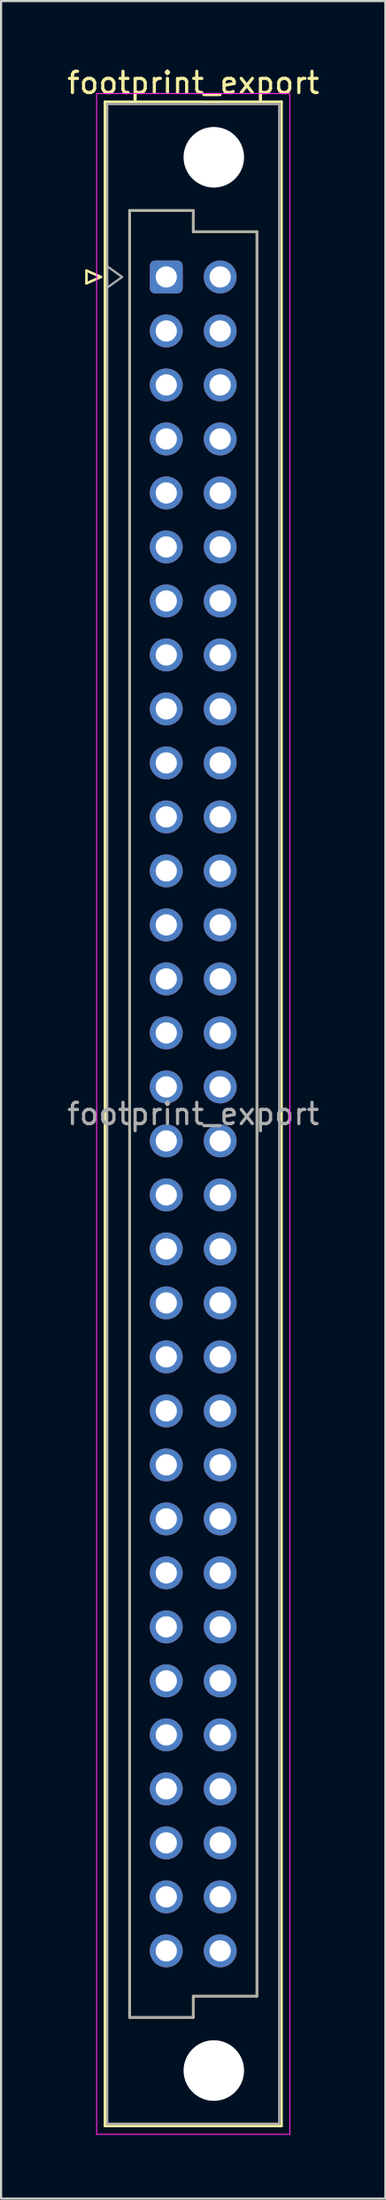
<source format=kicad_pcb>
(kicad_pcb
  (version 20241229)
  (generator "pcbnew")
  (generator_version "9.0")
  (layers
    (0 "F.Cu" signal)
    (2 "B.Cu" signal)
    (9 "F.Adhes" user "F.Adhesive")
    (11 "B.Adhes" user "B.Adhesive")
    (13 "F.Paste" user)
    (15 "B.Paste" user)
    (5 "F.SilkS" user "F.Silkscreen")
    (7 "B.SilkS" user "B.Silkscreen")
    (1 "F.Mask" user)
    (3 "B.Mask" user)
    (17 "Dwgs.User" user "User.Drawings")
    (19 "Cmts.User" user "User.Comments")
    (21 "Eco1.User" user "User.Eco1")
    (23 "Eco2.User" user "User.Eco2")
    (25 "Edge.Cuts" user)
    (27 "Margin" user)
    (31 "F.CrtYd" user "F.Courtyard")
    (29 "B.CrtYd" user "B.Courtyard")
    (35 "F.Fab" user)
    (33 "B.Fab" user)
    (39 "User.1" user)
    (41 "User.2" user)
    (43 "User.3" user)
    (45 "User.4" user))
  (footprint "footprint_export"
    (layer "F.Cu")
    (at 4.784 9.978)
    (property "Reference" "footprint_export" (at 1.27 -9.13 0) (layer "F.SilkS") (effects (font (size 1 1) (thickness 0.15))))
    (attr through_hole)
    (fp_line (start -3.76 -0.3) (end -3.76 0.3) (stroke (width 0.12) (type solid)) (layer "F.SilkS"))
    (fp_line (start -3.76 0.3) (end -3.08 0) (stroke (width 0.12) (type solid)) (layer "F.SilkS"))
    (fp_line (start -3.08 0) (end -3.76 -0.3) (stroke (width 0.12) (type solid)) (layer "F.SilkS"))
    (fp_line (start -2.89 -8.24) (end 5.43 -8.24) (stroke (width 0.12) (type solid)) (layer "F.SilkS"))
    (fp_line (start -2.89 86.98) (end -2.89 -8.24) (stroke (width 0.12) (type solid)) (layer "F.SilkS"))
    (fp_line (start -1.73 -3.131) (end 1.27 -3.131) (stroke (width 0.12) (type solid)) (layer "F.SilkS"))
    (fp_line (start -1.73 81.87) (end -1.73 -3.131) (stroke (width 0.12) (type solid)) (layer "F.SilkS"))
    (fp_line (start 1.27 -3.131) (end 1.27 -2.131) (stroke (width 0.12) (type solid)) (layer "F.SilkS"))
    (fp_line (start 1.27 -2.131) (end 4.27 -2.131) (stroke (width 0.12) (type solid)) (layer "F.SilkS"))
    (fp_line (start 1.27 80.87) (end 1.27 81.87) (stroke (width 0.12) (type solid)) (layer "F.SilkS"))
    (fp_line (start 1.27 81.87) (end -1.73 81.87) (stroke (width 0.12) (type solid)) (layer "F.SilkS"))
    (fp_line (start 4.27 -2.131) (end 4.27 80.87) (stroke (width 0.12) (type solid)) (layer "F.SilkS"))
    (fp_line (start 4.27 80.87) (end 1.27 80.87) (stroke (width 0.12) (type solid)) (layer "F.SilkS"))
    (fp_line (start 5.43 -8.24) (end 5.43 86.98) (stroke (width 0.12) (type solid)) (layer "F.SilkS"))
    (fp_line (start 5.43 86.98) (end -2.89 86.98) (stroke (width 0.12) (type solid)) (layer "F.SilkS"))
    (fp_line (start -3.28 -8.63) (end 5.82 -8.63) (stroke (width 0.05) (type solid)) (layer "F.CrtYd"))
    (fp_line (start -3.28 87.37) (end -3.28 -8.63) (stroke (width 0.05) (type solid)) (layer "F.CrtYd"))
    (fp_line (start 5.82 -8.63) (end 5.82 87.37) (stroke (width 0.05) (type solid)) (layer "F.CrtYd"))
    (fp_line (start 5.82 87.37) (end -3.28 87.37) (stroke (width 0.05) (type solid)) (layer "F.CrtYd"))
    (fp_line (start -2.78 -8.13) (end 5.32 -8.13) (stroke (width 0.1) (type solid)) (layer "F.Fab"))
    (fp_line (start -2.78 -0.5) (end -2.08 0) (stroke (width 0.1) (type solid)) (layer "F.Fab"))
    (fp_line (start -2.78 86.87) (end -2.78 -8.13) (stroke (width 0.1) (type solid)) (layer "F.Fab"))
    (fp_line (start -2.08 0) (end -2.78 0.5) (stroke (width 0.1) (type solid)) (layer "F.Fab"))
    (fp_line (start -1.73 -3.13) (end 1.27 -3.13) (stroke (width 0.1) (type solid)) (layer "F.Fab"))
    (fp_line (start -1.73 81.87) (end -1.73 -3.13) (stroke (width 0.1) (type solid)) (layer "F.Fab"))
    (fp_line (start 1.27 -3.13) (end 1.27 -2.13) (stroke (width 0.1) (type solid)) (layer "F.Fab"))
    (fp_line (start 1.27 -2.13) (end 4.27 -2.13) (stroke (width 0.1) (type solid)) (layer "F.Fab"))
    (fp_line (start 1.27 80.87) (end 1.27 81.87) (stroke (width 0.1) (type solid)) (layer "F.Fab"))
    (fp_line (start 1.27 81.87) (end -1.73 81.87) (stroke (width 0.1) (type solid)) (layer "F.Fab"))
    (fp_line (start 4.27 -2.13) (end 4.27 80.87) (stroke (width 0.1) (type solid)) (layer "F.Fab"))
    (fp_line (start 4.27 80.87) (end 1.27 80.87) (stroke (width 0.1) (type solid)) (layer "F.Fab"))
    (fp_line (start 5.32 -8.13) (end 5.32 86.87) (stroke (width 0.1) (type solid)) (layer "F.Fab"))
    (fp_line (start 5.32 86.87) (end -2.78 86.87) (stroke (width 0.1) (type solid)) (layer "F.Fab"))
    (fp_text user "${REFERENCE}" (at 1.27 39.37 0) (layer "F.Fab") (effects (font (size 1 1) (thickness 0.15))))
    (pad "" np_thru_hole circle (at 2.24 -5.63) (size 2.85 2.85) (drill 2.85) (layers "*.Cu" "*.Mask"))
    (pad "" np_thru_hole circle (at 2.24 84.37) (size 2.85 2.85) (drill 2.85) (layers "*.Cu" "*.Mask"))
    (pad "a1" thru_hole roundrect (at 0 0) (size 1.55 1.55) (drill 1) (layers "*.Cu" "*.Mask") (roundrect_rratio 0.161))
    (pad "a2" thru_hole circle (at 0 2.54) (size 1.55 1.55) (drill 1) (layers "*.Cu" "*.Mask"))
    (pad "a3" thru_hole circle (at 0 5.08) (size 1.55 1.55) (drill 1) (layers "*.Cu" "*.Mask"))
    (pad "a4" thru_hole circle (at 0 7.62) (size 1.55 1.55) (drill 1) (layers "*.Cu" "*.Mask"))
    (pad "a5" thru_hole circle (at 0 10.16) (size 1.55 1.55) (drill 1) (layers "*.Cu" "*.Mask"))
    (pad "a6" thru_hole circle (at 0 12.7) (size 1.55 1.55) (drill 1) (layers "*.Cu" "*.Mask"))
    (pad "a7" thru_hole circle (at 0 15.24) (size 1.55 1.55) (drill 1) (layers "*.Cu" "*.Mask"))
    (pad "a8" thru_hole circle (at 0 17.78) (size 1.55 1.55) (drill 1) (layers "*.Cu" "*.Mask"))
    (pad "a9" thru_hole circle (at 0 20.32) (size 1.55 1.55) (drill 1) (layers "*.Cu" "*.Mask"))
    (pad "a10" thru_hole circle (at 0 22.86) (size 1.55 1.55) (drill 1) (layers "*.Cu" "*.Mask"))
    (pad "a11" thru_hole circle (at 0 25.4) (size 1.55 1.55) (drill 1) (layers "*.Cu" "*.Mask"))
    (pad "a12" thru_hole circle (at 0 27.94) (size 1.55 1.55) (drill 1) (layers "*.Cu" "*.Mask"))
    (pad "a13" thru_hole circle (at 0 30.48) (size 1.55 1.55) (drill 1) (layers "*.Cu" "*.Mask"))
    (pad "a14" thru_hole circle (at 0 33.02) (size 1.55 1.55) (drill 1) (layers "*.Cu" "*.Mask"))
    (pad "a15" thru_hole circle (at 0 35.56) (size 1.55 1.55) (drill 1) (layers "*.Cu" "*.Mask"))
    (pad "a16" thru_hole circle (at 0 38.1) (size 1.55 1.55) (drill 1) (layers "*.Cu" "*.Mask"))
    (pad "a17" thru_hole circle (at 0 40.64) (size 1.55 1.55) (drill 1) (layers "*.Cu" "*.Mask"))
    (pad "a18" thru_hole circle (at 0 43.18) (size 1.55 1.55) (drill 1) (layers "*.Cu" "*.Mask"))
    (pad "a19" thru_hole circle (at 0 45.72) (size 1.55 1.55) (drill 1) (layers "*.Cu" "*.Mask"))
    (pad "a20" thru_hole circle (at 0 48.26) (size 1.55 1.55) (drill 1) (layers "*.Cu" "*.Mask"))
    (pad "a21" thru_hole circle (at 0 50.8) (size 1.55 1.55) (drill 1) (layers "*.Cu" "*.Mask"))
    (pad "a22" thru_hole circle (at 0 53.34) (size 1.55 1.55) (drill 1) (layers "*.Cu" "*.Mask"))
    (pad "a23" thru_hole circle (at 0 55.88) (size 1.55 1.55) (drill 1) (layers "*.Cu" "*.Mask"))
    (pad "a24" thru_hole circle (at 0 58.42) (size 1.55 1.55) (drill 1) (layers "*.Cu" "*.Mask"))
    (pad "a25" thru_hole circle (at 0 60.96) (size 1.55 1.55) (drill 1) (layers "*.Cu" "*.Mask"))
    (pad "a26" thru_hole circle (at 0 63.5) (size 1.55 1.55) (drill 1) (layers "*.Cu" "*.Mask"))
    (pad "a27" thru_hole circle (at 0 66.04) (size 1.55 1.55) (drill 1) (layers "*.Cu" "*.Mask"))
    (pad "a28" thru_hole circle (at 0 68.58) (size 1.55 1.55) (drill 1) (layers "*.Cu" "*.Mask"))
    (pad "a29" thru_hole circle (at 0 71.12) (size 1.55 1.55) (drill 1) (layers "*.Cu" "*.Mask"))
    (pad "a30" thru_hole circle (at 0 73.66) (size 1.55 1.55) (drill 1) (layers "*.Cu" "*.Mask"))
    (pad "a31" thru_hole circle (at 0 76.2) (size 1.55 1.55) (drill 1) (layers "*.Cu" "*.Mask"))
    (pad "a32" thru_hole circle (at 0 78.74) (size 1.55 1.55) (drill 1) (layers "*.Cu" "*.Mask"))
    (pad "b1" thru_hole circle (at 2.54 0) (size 1.55 1.55) (drill 1) (layers "*.Cu" "*.Mask"))
    (pad "b2" thru_hole circle (at 2.54 2.54) (size 1.55 1.55) (drill 1) (layers "*.Cu" "*.Mask"))
    (pad "b3" thru_hole circle (at 2.54 5.08) (size 1.55 1.55) (drill 1) (layers "*.Cu" "*.Mask"))
    (pad "b4" thru_hole circle (at 2.54 7.62) (size 1.55 1.55) (drill 1) (layers "*.Cu" "*.Mask"))
    (pad "b5" thru_hole circle (at 2.54 10.16) (size 1.55 1.55) (drill 1) (layers "*.Cu" "*.Mask"))
    (pad "b6" thru_hole circle (at 2.54 12.7) (size 1.55 1.55) (drill 1) (layers "*.Cu" "*.Mask"))
    (pad "b7" thru_hole circle (at 2.54 15.24) (size 1.55 1.55) (drill 1) (layers "*.Cu" "*.Mask"))
    (pad "b8" thru_hole circle (at 2.54 17.78) (size 1.55 1.55) (drill 1) (layers "*.Cu" "*.Mask"))
    (pad "b9" thru_hole circle (at 2.54 20.32) (size 1.55 1.55) (drill 1) (layers "*.Cu" "*.Mask"))
    (pad "b10" thru_hole circle (at 2.54 22.86) (size 1.55 1.55) (drill 1) (layers "*.Cu" "*.Mask"))
    (pad "b11" thru_hole circle (at 2.54 25.4) (size 1.55 1.55) (drill 1) (layers "*.Cu" "*.Mask"))
    (pad "b12" thru_hole circle (at 2.54 27.94) (size 1.55 1.55) (drill 1) (layers "*.Cu" "*.Mask"))
    (pad "b13" thru_hole circle (at 2.54 30.48) (size 1.55 1.55) (drill 1) (layers "*.Cu" "*.Mask"))
    (pad "b14" thru_hole circle (at 2.54 33.02) (size 1.55 1.55) (drill 1) (layers "*.Cu" "*.Mask"))
    (pad "b15" thru_hole circle (at 2.54 35.56) (size 1.55 1.55) (drill 1) (layers "*.Cu" "*.Mask"))
    (pad "b16" thru_hole circle (at 2.54 38.1) (size 1.55 1.55) (drill 1) (layers "*.Cu" "*.Mask"))
    (pad "b17" thru_hole circle (at 2.54 40.64) (size 1.55 1.55) (drill 1) (layers "*.Cu" "*.Mask"))
    (pad "b18" thru_hole circle (at 2.54 43.18) (size 1.55 1.55) (drill 1) (layers "*.Cu" "*.Mask"))
    (pad "b19" thru_hole circle (at 2.54 45.72) (size 1.55 1.55) (drill 1) (layers "*.Cu" "*.Mask"))
    (pad "b20" thru_hole circle (at 2.54 48.26) (size 1.55 1.55) (drill 1) (layers "*.Cu" "*.Mask"))
    (pad "b21" thru_hole circle (at 2.54 50.8) (size 1.55 1.55) (drill 1) (layers "*.Cu" "*.Mask"))
    (pad "b22" thru_hole circle (at 2.54 53.34) (size 1.55 1.55) (drill 1) (layers "*.Cu" "*.Mask"))
    (pad "b23" thru_hole circle (at 2.54 55.88) (size 1.55 1.55) (drill 1) (layers "*.Cu" "*.Mask"))
    (pad "b24" thru_hole circle (at 2.54 58.42) (size 1.55 1.55) (drill 1) (layers "*.Cu" "*.Mask"))
    (pad "b25" thru_hole circle (at 2.54 60.96) (size 1.55 1.55) (drill 1) (layers "*.Cu" "*.Mask"))
    (pad "b26" thru_hole circle (at 2.54 63.5) (size 1.55 1.55) (drill 1) (layers "*.Cu" "*.Mask"))
    (pad "b27" thru_hole circle (at 2.54 66.04) (size 1.55 1.55) (drill 1) (layers "*.Cu" "*.Mask"))
    (pad "b28" thru_hole circle (at 2.54 68.58) (size 1.55 1.55) (drill 1) (layers "*.Cu" "*.Mask"))
    (pad "b29" thru_hole circle (at 2.54 71.12) (size 1.55 1.55) (drill 1) (layers "*.Cu" "*.Mask"))
    (pad "b30" thru_hole circle (at 2.54 73.66) (size 1.55 1.55) (drill 1) (layers "*.Cu" "*.Mask"))
    (pad "b31" thru_hole circle (at 2.54 76.2) (size 1.55 1.55) (drill 1) (layers "*.Cu" "*.Mask"))
    (pad "b32" thru_hole circle (at 2.54 78.74) (size 1.55 1.55) (drill 1) (layers "*.Cu" "*.Mask")))
  (gr_rect
    (start -3 -3)
    (end 15.107 100.373)
    (stroke (width 0.1) (type default))
    (fill no)
    (layer "Edge.Cuts")))
</source>
